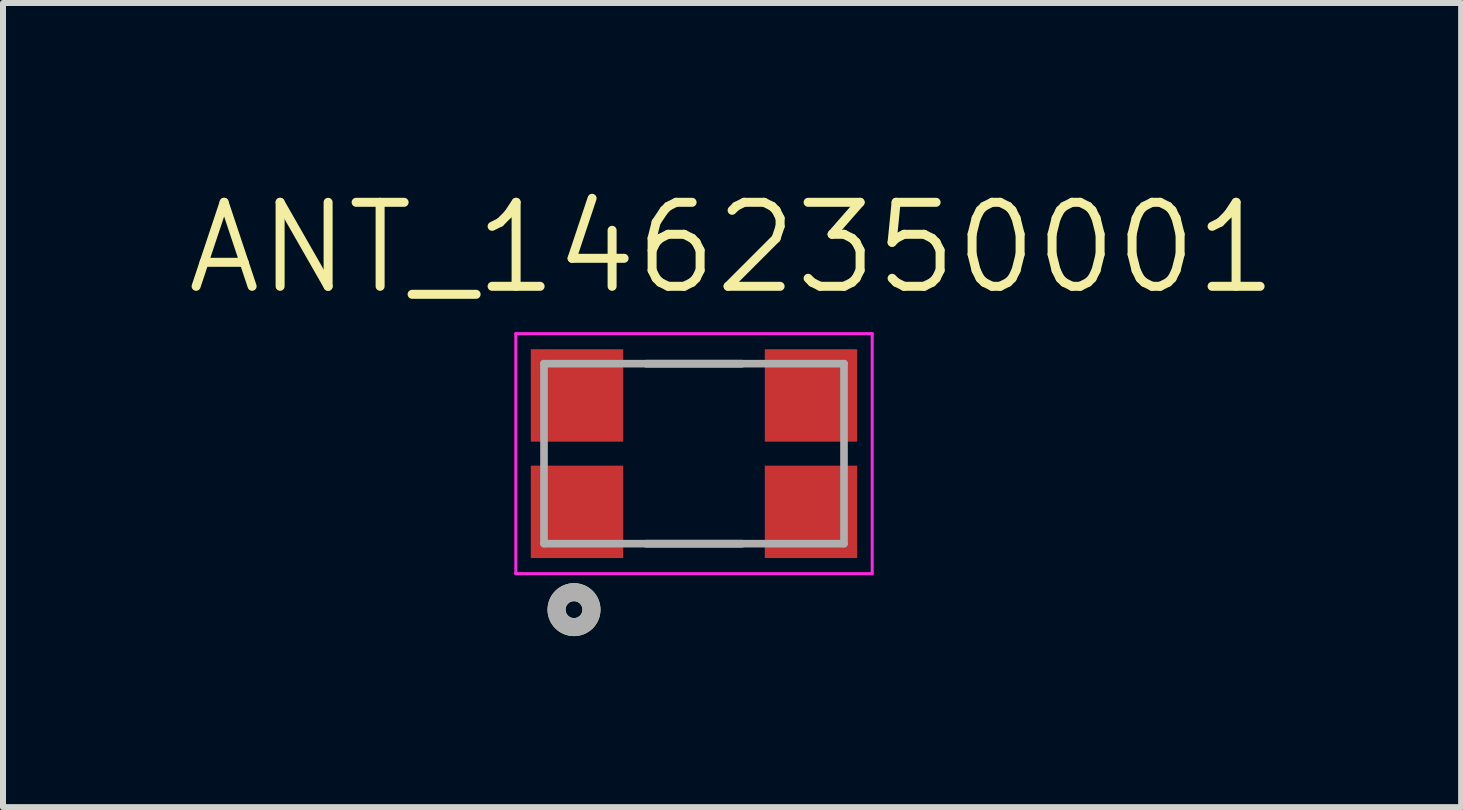
<source format=kicad_pcb>
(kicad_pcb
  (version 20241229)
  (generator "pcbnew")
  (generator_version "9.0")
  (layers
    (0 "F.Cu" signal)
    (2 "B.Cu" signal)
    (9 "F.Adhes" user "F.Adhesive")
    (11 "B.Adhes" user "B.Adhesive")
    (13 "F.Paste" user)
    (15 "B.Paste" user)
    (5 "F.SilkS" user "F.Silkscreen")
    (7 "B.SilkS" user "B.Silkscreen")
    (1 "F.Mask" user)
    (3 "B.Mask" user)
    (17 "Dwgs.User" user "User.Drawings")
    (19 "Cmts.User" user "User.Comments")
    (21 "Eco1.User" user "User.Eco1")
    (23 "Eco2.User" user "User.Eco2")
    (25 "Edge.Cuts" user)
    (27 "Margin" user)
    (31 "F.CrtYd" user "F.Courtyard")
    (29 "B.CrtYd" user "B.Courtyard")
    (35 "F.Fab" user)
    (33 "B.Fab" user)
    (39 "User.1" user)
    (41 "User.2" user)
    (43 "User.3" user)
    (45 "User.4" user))
  (footprint "ANT_1462350001"
    (layer "F.Cu")
    (at 8.517 4.511)
    (property "Reference" "ANT_1462350001" (at 0.635 -3.429 0) (layer "F.SilkS") (effects (font (size 1.4 1.4) (thickness 0.15))))
    (attr smd)
    (fp_line (start -0.8 -1.5) (end 0.8 -1.5) (stroke (width 0.127) (type solid)) (layer "F.SilkS"))
    (fp_line (start -0.8 1.5) (end 0.8 1.5) (stroke (width 0.127) (type solid)) (layer "F.SilkS"))
    (fp_circle (center -2 2.6) (end -1.859 2.6) (stroke (width 0.3) (type solid)) (fill no) (layer "F.SilkS"))
    (fp_line (start -2.97 -2) (end 2.97 -2) (stroke (width 0.05) (type solid)) (layer "F.CrtYd"))
    (fp_line (start -2.97 2) (end -2.97 -2) (stroke (width 0.05) (type solid)) (layer "F.CrtYd"))
    (fp_line (start 2.97 -2) (end 2.97 2) (stroke (width 0.05) (type solid)) (layer "F.CrtYd"))
    (fp_line (start 2.97 2) (end -2.97 2) (stroke (width 0.05) (type solid)) (layer "F.CrtYd"))
    (fp_line (start -2.5 -1.5) (end 2.5 -1.5) (stroke (width 0.127) (type solid)) (layer "F.Fab"))
    (fp_line (start -2.5 1.5) (end -2.5 -1.5) (stroke (width 0.127) (type solid)) (layer "F.Fab"))
    (fp_line (start 2.5 -1.5) (end 2.5 1.5) (stroke (width 0.127) (type solid)) (layer "F.Fab"))
    (fp_line (start 2.5 1.5) (end -2.5 1.5) (stroke (width 0.127) (type solid)) (layer "F.Fab"))
    (fp_circle (center -2 2.6) (end -1.859 2.6) (stroke (width 0.3) (type solid)) (fill no) (layer "F.Fab"))
    (pad "1" smd rect (at -1.95 0.97) (size 1.54 1.54) (layers "F.Cu" "F.Mask" "F.Paste"))
    (pad "2" smd rect (at 1.95 0.97) (size 1.54 1.54) (layers "F.Cu" "F.Mask" "F.Paste"))
    (pad "3" smd rect (at 1.95 -0.97) (size 1.54 1.54) (layers "F.Cu" "F.Mask" "F.Paste"))
    (pad "4" smd rect (at -1.95 -0.97) (size 1.54 1.54) (layers "F.Cu" "F.Mask" "F.Paste")))
  (gr_rect
    (start -3 -3)
    (end 21.303 10.403)
    (stroke (width 0.1) (type default))
    (fill no)
    (layer "Edge.Cuts")))
</source>
